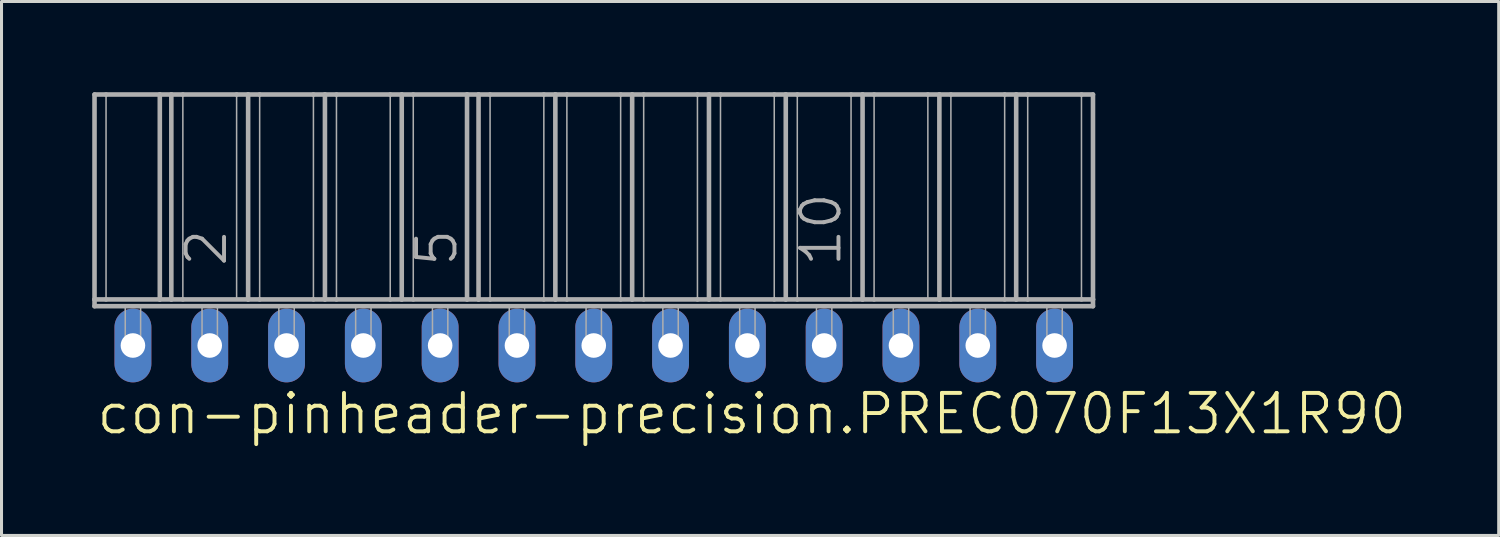
<source format=kicad_pcb>
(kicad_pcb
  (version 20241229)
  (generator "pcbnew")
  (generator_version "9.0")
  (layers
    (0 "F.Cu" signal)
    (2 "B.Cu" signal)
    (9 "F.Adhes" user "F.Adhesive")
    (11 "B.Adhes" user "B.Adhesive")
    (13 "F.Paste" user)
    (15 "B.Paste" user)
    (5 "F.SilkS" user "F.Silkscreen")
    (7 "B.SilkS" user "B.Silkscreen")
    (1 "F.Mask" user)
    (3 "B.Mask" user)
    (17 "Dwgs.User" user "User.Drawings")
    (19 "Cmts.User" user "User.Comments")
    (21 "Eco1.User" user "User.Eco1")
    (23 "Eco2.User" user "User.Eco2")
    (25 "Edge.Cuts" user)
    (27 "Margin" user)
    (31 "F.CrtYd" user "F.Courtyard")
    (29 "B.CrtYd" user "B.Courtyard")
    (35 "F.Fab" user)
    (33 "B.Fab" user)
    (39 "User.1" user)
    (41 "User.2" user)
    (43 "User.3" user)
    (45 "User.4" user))
  (footprint "con-pinheader-precision.PREC070F13X1R90"
    (layer "F.Cu")
    (at 16.586 8.376)
    (property "Reference" "con-pinheader-precision.PREC070F13X1R90" (at -16.51 3 0) (layer "F.SilkS") (effects (font (size 1.27 1.27) (thickness 0.13)) (justify left bottom)))
    (attr through_hole)
    (fp_line (start -16.51 -8.3) (end -16.51 -1.524) (stroke (width 0.152) (type default)) (layer "F.Fab"))
    (fp_line (start -16.51 -8.3) (end -16.129 -8.3) (stroke (width 0.152) (type default)) (layer "F.Fab"))
    (fp_line (start -16.51 -1.524) (end -16.129 -1.524) (stroke (width 0.152) (type default)) (layer "F.Fab"))
    (fp_line (start -16.51 -1.3) (end -16.51 -1.524) (stroke (width 0.152) (type default)) (layer "F.Fab"))
    (fp_line (start -16.51 -1.3) (end 16.51 -1.3) (stroke (width 0.152) (type default)) (layer "F.Fab"))
    (fp_line (start -16.129 -8.3) (end -16.129 -1.524) (stroke (width 0.051) (type default)) (layer "F.Fab"))
    (fp_line (start -16.129 -8.3) (end -14.351 -8.3) (stroke (width 0.152) (type default)) (layer "F.Fab"))
    (fp_line (start -16.129 -1.524) (end -14.351 -1.524) (stroke (width 0.152) (type default)) (layer "F.Fab"))
    (fp_line (start -14.351 -8.3) (end -14.351 -1.524) (stroke (width 0.152) (type default)) (layer "F.Fab"))
    (fp_line (start -14.351 -8.3) (end -13.97 -8.3) (stroke (width 0.152) (type default)) (layer "F.Fab"))
    (fp_line (start -14.351 -1.524) (end -13.97 -1.524) (stroke (width 0.152) (type default)) (layer "F.Fab"))
    (fp_line (start -13.97 -8.3) (end -13.97 -1.524) (stroke (width 0.152) (type default)) (layer "F.Fab"))
    (fp_line (start -13.97 -8.3) (end -13.589 -8.3) (stroke (width 0.152) (type default)) (layer "F.Fab"))
    (fp_line (start -13.97 -1.524) (end -13.589 -1.524) (stroke (width 0.152) (type default)) (layer "F.Fab"))
    (fp_line (start -13.589 -8.3) (end -13.589 -1.524) (stroke (width 0.051) (type default)) (layer "F.Fab"))
    (fp_line (start -13.589 -8.3) (end -11.811 -8.3) (stroke (width 0.152) (type default)) (layer "F.Fab"))
    (fp_line (start -13.589 -1.524) (end -11.43 -1.524) (stroke (width 0.152) (type default)) (layer "F.Fab"))
    (fp_line (start -11.811 -8.3) (end -11.811 -1.524) (stroke (width 0.051) (type default)) (layer "F.Fab"))
    (fp_line (start -11.811 -8.3) (end -11.43 -8.3) (stroke (width 0.152) (type default)) (layer "F.Fab"))
    (fp_line (start -11.43 -8.3) (end -11.43 -1.524) (stroke (width 0.152) (type default)) (layer "F.Fab"))
    (fp_line (start -11.43 -8.3) (end -11.049 -8.3) (stroke (width 0.152) (type default)) (layer "F.Fab"))
    (fp_line (start -11.43 -1.524) (end -11.049 -1.524) (stroke (width 0.152) (type default)) (layer "F.Fab"))
    (fp_line (start -11.049 -8.3) (end -11.049 -1.524) (stroke (width 0.051) (type default)) (layer "F.Fab"))
    (fp_line (start -11.049 -8.3) (end -9.271 -8.3) (stroke (width 0.152) (type default)) (layer "F.Fab"))
    (fp_line (start -11.049 -1.524) (end -9.271 -1.524) (stroke (width 0.152) (type default)) (layer "F.Fab"))
    (fp_line (start -9.271 -8.3) (end -9.271 -1.524) (stroke (width 0.051) (type default)) (layer "F.Fab"))
    (fp_line (start -9.271 -8.3) (end -8.89 -8.3) (stroke (width 0.152) (type default)) (layer "F.Fab"))
    (fp_line (start -9.271 -1.524) (end -8.89 -1.524) (stroke (width 0.152) (type default)) (layer "F.Fab"))
    (fp_line (start -8.89 -8.3) (end -8.509 -8.3) (stroke (width 0.152) (type default)) (layer "F.Fab"))
    (fp_line (start -8.89 -1.524) (end -8.89 -8.3) (stroke (width 0.152) (type default)) (layer "F.Fab"))
    (fp_line (start -8.89 -1.524) (end -8.509 -1.524) (stroke (width 0.152) (type default)) (layer "F.Fab"))
    (fp_line (start -8.509 -8.3) (end -8.509 -1.524) (stroke (width 0.051) (type default)) (layer "F.Fab"))
    (fp_line (start -8.509 -8.3) (end -6.731 -8.3) (stroke (width 0.152) (type default)) (layer "F.Fab"))
    (fp_line (start -8.509 -1.524) (end -6.731 -1.524) (stroke (width 0.152) (type default)) (layer "F.Fab"))
    (fp_line (start -6.731 -8.3) (end -6.731 -1.524) (stroke (width 0.051) (type default)) (layer "F.Fab"))
    (fp_line (start -6.731 -8.3) (end -6.35 -8.3) (stroke (width 0.152) (type default)) (layer "F.Fab"))
    (fp_line (start -6.731 -1.524) (end -6.35 -1.524) (stroke (width 0.152) (type default)) (layer "F.Fab"))
    (fp_line (start -6.35 -8.3) (end -6.35 -1.524) (stroke (width 0.152) (type default)) (layer "F.Fab"))
    (fp_line (start -6.35 -8.3) (end -5.969 -8.3) (stroke (width 0.152) (type default)) (layer "F.Fab"))
    (fp_line (start -6.35 -1.524) (end -5.969 -1.524) (stroke (width 0.152) (type default)) (layer "F.Fab"))
    (fp_line (start -5.969 -8.3) (end -5.969 -1.524) (stroke (width 0.051) (type default)) (layer "F.Fab"))
    (fp_line (start -5.969 -8.3) (end -4.191 -8.3) (stroke (width 0.152) (type default)) (layer "F.Fab"))
    (fp_line (start -5.969 -1.524) (end -4.191 -1.524) (stroke (width 0.152) (type default)) (layer "F.Fab"))
    (fp_line (start -4.191 -8.3) (end -4.191 -1.524) (stroke (width 0.152) (type default)) (layer "F.Fab"))
    (fp_line (start -4.191 -8.3) (end -3.81 -8.3) (stroke (width 0.152) (type default)) (layer "F.Fab"))
    (fp_line (start -4.191 -1.524) (end -3.81 -1.524) (stroke (width 0.152) (type default)) (layer "F.Fab"))
    (fp_line (start -3.81 -8.3) (end -3.81 -1.524) (stroke (width 0.152) (type default)) (layer "F.Fab"))
    (fp_line (start -3.81 -8.3) (end -3.429 -8.3) (stroke (width 0.152) (type default)) (layer "F.Fab"))
    (fp_line (start -3.81 -1.524) (end -3.429 -1.524) (stroke (width 0.152) (type default)) (layer "F.Fab"))
    (fp_line (start -3.429 -8.3) (end -3.429 -1.524) (stroke (width 0.051) (type default)) (layer "F.Fab"))
    (fp_line (start -3.429 -8.3) (end -1.651 -8.3) (stroke (width 0.152) (type default)) (layer "F.Fab"))
    (fp_line (start -3.429 -1.524) (end -1.651 -1.524) (stroke (width 0.152) (type default)) (layer "F.Fab"))
    (fp_line (start -1.651 -8.3) (end -1.651 -1.524) (stroke (width 0.051) (type default)) (layer "F.Fab"))
    (fp_line (start -1.651 -8.3) (end -1.27 -8.3) (stroke (width 0.152) (type default)) (layer "F.Fab"))
    (fp_line (start -1.651 -1.524) (end -1.27 -1.524) (stroke (width 0.152) (type default)) (layer "F.Fab"))
    (fp_line (start -1.27 -8.3) (end -1.27 -1.524) (stroke (width 0.152) (type default)) (layer "F.Fab"))
    (fp_line (start -1.27 -8.3) (end -0.889 -8.3) (stroke (width 0.152) (type default)) (layer "F.Fab"))
    (fp_line (start -1.27 -1.524) (end -0.889 -1.524) (stroke (width 0.152) (type default)) (layer "F.Fab"))
    (fp_line (start -0.889 -8.3) (end -0.889 -1.524) (stroke (width 0.051) (type default)) (layer "F.Fab"))
    (fp_line (start -0.889 -8.3) (end 0.889 -8.3) (stroke (width 0.152) (type default)) (layer "F.Fab"))
    (fp_line (start -0.889 -1.524) (end 0.889 -1.524) (stroke (width 0.152) (type default)) (layer "F.Fab"))
    (fp_line (start 0.889 -8.3) (end 0.889 -1.524) (stroke (width 0.051) (type default)) (layer "F.Fab"))
    (fp_line (start 0.889 -8.3) (end 1.27 -8.3) (stroke (width 0.152) (type default)) (layer "F.Fab"))
    (fp_line (start 0.889 -1.524) (end 1.27 -1.524) (stroke (width 0.152) (type default)) (layer "F.Fab"))
    (fp_line (start 1.27 -8.3) (end 1.27 -1.524) (stroke (width 0.152) (type default)) (layer "F.Fab"))
    (fp_line (start 1.27 -8.3) (end 1.651 -8.3) (stroke (width 0.152) (type default)) (layer "F.Fab"))
    (fp_line (start 1.27 -1.524) (end 1.651 -1.524) (stroke (width 0.152) (type default)) (layer "F.Fab"))
    (fp_line (start 1.651 -8.3) (end 1.651 -1.524) (stroke (width 0.051) (type default)) (layer "F.Fab"))
    (fp_line (start 1.651 -8.3) (end 3.429 -8.3) (stroke (width 0.152) (type default)) (layer "F.Fab"))
    (fp_line (start 1.651 -1.524) (end 3.429 -1.524) (stroke (width 0.152) (type default)) (layer "F.Fab"))
    (fp_line (start 3.429 -8.3) (end 3.429 -1.524) (stroke (width 0.051) (type default)) (layer "F.Fab"))
    (fp_line (start 3.429 -8.3) (end 3.81 -8.3) (stroke (width 0.152) (type default)) (layer "F.Fab"))
    (fp_line (start 3.429 -1.524) (end 3.81 -1.524) (stroke (width 0.152) (type default)) (layer "F.Fab"))
    (fp_line (start 3.81 -8.3) (end 3.81 -1.524) (stroke (width 0.152) (type default)) (layer "F.Fab"))
    (fp_line (start 3.81 -8.3) (end 4.191 -8.3) (stroke (width 0.152) (type default)) (layer "F.Fab"))
    (fp_line (start 3.81 -1.524) (end 4.191 -1.524) (stroke (width 0.152) (type default)) (layer "F.Fab"))
    (fp_line (start 4.191 -8.3) (end 4.191 -1.524) (stroke (width 0.051) (type default)) (layer "F.Fab"))
    (fp_line (start 4.191 -8.3) (end 5.969 -8.3) (stroke (width 0.152) (type default)) (layer "F.Fab"))
    (fp_line (start 4.191 -1.524) (end 5.969 -1.524) (stroke (width 0.152) (type default)) (layer "F.Fab"))
    (fp_line (start 5.969 -8.3) (end 5.969 -1.524) (stroke (width 0.051) (type default)) (layer "F.Fab"))
    (fp_line (start 5.969 -8.3) (end 6.35 -8.3) (stroke (width 0.152) (type default)) (layer "F.Fab"))
    (fp_line (start 5.969 -1.524) (end 6.35 -1.524) (stroke (width 0.152) (type default)) (layer "F.Fab"))
    (fp_line (start 6.35 -8.3) (end 6.35 -1.524) (stroke (width 0.152) (type default)) (layer "F.Fab"))
    (fp_line (start 6.35 -8.3) (end 6.731 -8.3) (stroke (width 0.152) (type default)) (layer "F.Fab"))
    (fp_line (start 6.35 -1.524) (end 6.731 -1.524) (stroke (width 0.152) (type default)) (layer "F.Fab"))
    (fp_line (start 6.731 -8.3) (end 6.731 -1.524) (stroke (width 0.051) (type default)) (layer "F.Fab"))
    (fp_line (start 6.731 -8.3) (end 8.509 -8.3) (stroke (width 0.152) (type default)) (layer "F.Fab"))
    (fp_line (start 6.731 -1.524) (end 8.509 -1.524) (stroke (width 0.152) (type default)) (layer "F.Fab"))
    (fp_line (start 8.509 -8.3) (end 8.509 -1.524) (stroke (width 0.051) (type default)) (layer "F.Fab"))
    (fp_line (start 8.509 -8.3) (end 8.89 -8.3) (stroke (width 0.152) (type default)) (layer "F.Fab"))
    (fp_line (start 8.509 -1.524) (end 8.89 -1.524) (stroke (width 0.152) (type default)) (layer "F.Fab"))
    (fp_line (start 8.89 -8.3) (end 8.89 -1.524) (stroke (width 0.152) (type default)) (layer "F.Fab"))
    (fp_line (start 8.89 -8.3) (end 9.271 -8.3) (stroke (width 0.152) (type default)) (layer "F.Fab"))
    (fp_line (start 8.89 -1.524) (end 9.271 -1.524) (stroke (width 0.152) (type default)) (layer "F.Fab"))
    (fp_line (start 9.271 -8.3) (end 9.271 -1.524) (stroke (width 0.051) (type default)) (layer "F.Fab"))
    (fp_line (start 9.271 -8.3) (end 11.049 -8.3) (stroke (width 0.152) (type default)) (layer "F.Fab"))
    (fp_line (start 9.271 -1.524) (end 11.43 -1.524) (stroke (width 0.152) (type default)) (layer "F.Fab"))
    (fp_line (start 11.049 -8.3) (end 11.049 -1.524) (stroke (width 0.051) (type default)) (layer "F.Fab"))
    (fp_line (start 11.049 -8.3) (end 11.43 -8.3) (stroke (width 0.152) (type default)) (layer "F.Fab"))
    (fp_line (start 11.43 -8.3) (end 11.43 -1.524) (stroke (width 0.152) (type default)) (layer "F.Fab"))
    (fp_line (start 11.43 -8.3) (end 11.811 -8.3) (stroke (width 0.152) (type default)) (layer "F.Fab"))
    (fp_line (start 11.43 -1.524) (end 11.811 -1.524) (stroke (width 0.152) (type default)) (layer "F.Fab"))
    (fp_line (start 11.811 -8.3) (end 11.811 -1.524) (stroke (width 0.051) (type default)) (layer "F.Fab"))
    (fp_line (start 11.811 -8.3) (end 13.589 -8.3) (stroke (width 0.152) (type default)) (layer "F.Fab"))
    (fp_line (start 11.811 -1.524) (end 13.589 -1.524) (stroke (width 0.152) (type default)) (layer "F.Fab"))
    (fp_line (start 13.589 -8.3) (end 13.589 -1.524) (stroke (width 0.051) (type default)) (layer "F.Fab"))
    (fp_line (start 13.589 -8.3) (end 13.97 -8.3) (stroke (width 0.152) (type default)) (layer "F.Fab"))
    (fp_line (start 13.589 -1.524) (end 13.97 -1.524) (stroke (width 0.152) (type default)) (layer "F.Fab"))
    (fp_line (start 13.97 -8.3) (end 13.97 -1.524) (stroke (width 0.152) (type default)) (layer "F.Fab"))
    (fp_line (start 13.97 -8.3) (end 14.351 -8.3) (stroke (width 0.152) (type default)) (layer "F.Fab"))
    (fp_line (start 13.97 -1.524) (end 14.351 -1.524) (stroke (width 0.152) (type default)) (layer "F.Fab"))
    (fp_line (start 14.351 -8.3) (end 14.351 -1.524) (stroke (width 0.051) (type default)) (layer "F.Fab"))
    (fp_line (start 14.351 -8.3) (end 16.129 -8.3) (stroke (width 0.152) (type default)) (layer "F.Fab"))
    (fp_line (start 14.351 -1.524) (end 16.129 -1.524) (stroke (width 0.152) (type default)) (layer "F.Fab"))
    (fp_line (start 16.129 -8.3) (end 16.129 -1.524) (stroke (width 0.051) (type default)) (layer "F.Fab"))
    (fp_line (start 16.129 -8.3) (end 16.51 -8.3) (stroke (width 0.152) (type default)) (layer "F.Fab"))
    (fp_line (start 16.129 -1.524) (end 16.51 -1.524) (stroke (width 0.152) (type default)) (layer "F.Fab"))
    (fp_line (start 16.51 -8.3) (end 16.51 -1.524) (stroke (width 0.152) (type default)) (layer "F.Fab"))
    (fp_line (start 16.51 -1.524) (end 16.51 -1.3) (stroke (width 0.152) (type default)) (layer "F.Fab"))
    (fp_rect (start -15.494 0) (end -14.986 -1.3) (stroke (width 0.05) (type default)) (fill no) (layer "F.Fab"))
    (fp_rect (start -12.954 0) (end -12.446 -1.3) (stroke (width 0.05) (type default)) (fill no) (layer "F.Fab"))
    (fp_rect (start -10.414 0) (end -9.906 -1.3) (stroke (width 0.05) (type default)) (fill no) (layer "F.Fab"))
    (fp_rect (start -7.874 0) (end -7.366 -1.3) (stroke (width 0.05) (type default)) (fill no) (layer "F.Fab"))
    (fp_rect (start -5.334 0) (end -4.826 -1.3) (stroke (width 0.05) (type default)) (fill no) (layer "F.Fab"))
    (fp_rect (start -2.794 0) (end -2.286 -1.3) (stroke (width 0.05) (type default)) (fill no) (layer "F.Fab"))
    (fp_rect (start -0.254 0) (end 0.254 -1.3) (stroke (width 0.05) (type default)) (fill no) (layer "F.Fab"))
    (fp_rect (start 2.286 0) (end 2.794 -1.3) (stroke (width 0.05) (type default)) (fill no) (layer "F.Fab"))
    (fp_rect (start 4.826 0) (end 5.334 -1.3) (stroke (width 0.05) (type default)) (fill no) (layer "F.Fab"))
    (fp_rect (start 7.366 0) (end 7.874 -1.3) (stroke (width 0.05) (type default)) (fill no) (layer "F.Fab"))
    (fp_rect (start 9.906 0) (end 10.414 -1.3) (stroke (width 0.05) (type default)) (fill no) (layer "F.Fab"))
    (fp_rect (start 12.446 0) (end 12.954 -1.3) (stroke (width 0.05) (type default)) (fill no) (layer "F.Fab"))
    (fp_rect (start 14.986 0) (end 15.494 -1.3) (stroke (width 0.05) (type default)) (fill no) (layer "F.Fab"))
    (fp_text user "5" (at -4.445 -2.54 90) (layer "F.Fab") (effects (font (size 1.27 1.27) (thickness 0.13)) (justify left bottom)))
    (fp_text user "2" (at -12.065 -2.54 90) (layer "F.Fab") (effects (font (size 1.27 1.27) (thickness 0.13)) (justify left bottom)))
    (fp_text user "10" (at 8.255 -2.54 90) (layer "F.Fab") (effects (font (size 1.27 1.27) (thickness 0.13)) (justify left bottom)))
    (pad "1" thru_hole oval (at -15.24 0 90) (size 2.438 1.219) (drill 0.813) (layers "*.Cu" "*.Mask"))
    (pad "2" thru_hole oval (at -12.7 0 90) (size 2.438 1.219) (drill 0.813) (layers "*.Cu" "*.Mask"))
    (pad "3" thru_hole oval (at -10.16 0 90) (size 2.438 1.219) (drill 0.813) (layers "*.Cu" "*.Mask"))
    (pad "4" thru_hole oval (at -7.62 0 90) (size 2.438 1.219) (drill 0.813) (layers "*.Cu" "*.Mask"))
    (pad "5" thru_hole oval (at -5.08 0 90) (size 2.438 1.219) (drill 0.813) (layers "*.Cu" "*.Mask"))
    (pad "6" thru_hole oval (at -2.54 0 90) (size 2.438 1.219) (drill 0.813) (layers "*.Cu" "*.Mask"))
    (pad "7" thru_hole oval (at 0 0 90) (size 2.438 1.219) (drill 0.813) (layers "*.Cu" "*.Mask"))
    (pad "8" thru_hole oval (at 2.54 0 90) (size 2.438 1.219) (drill 0.813) (layers "*.Cu" "*.Mask"))
    (pad "9" thru_hole oval (at 5.08 0 90) (size 2.438 1.219) (drill 0.813) (layers "*.Cu" "*.Mask"))
    (pad "10" thru_hole oval (at 7.62 0 90) (size 2.438 1.219) (drill 0.813) (layers "*.Cu" "*.Mask"))
    (pad "11" thru_hole oval (at 10.16 0 90) (size 2.438 1.219) (drill 0.813) (layers "*.Cu" "*.Mask"))
    (pad "12" thru_hole oval (at 12.7 0 90) (size 2.438 1.219) (drill 0.813) (layers "*.Cu" "*.Mask"))
    (pad "13" thru_hole oval (at 15.24 0 90) (size 2.438 1.219) (drill 0.813) (layers "*.Cu" "*.Mask")))
  (gr_rect
    (start -3 -3)
    (end 46.513 14.658)
    (stroke (width 0.1) (type default))
    (fill no)
    (layer "Edge.Cuts")))
</source>
